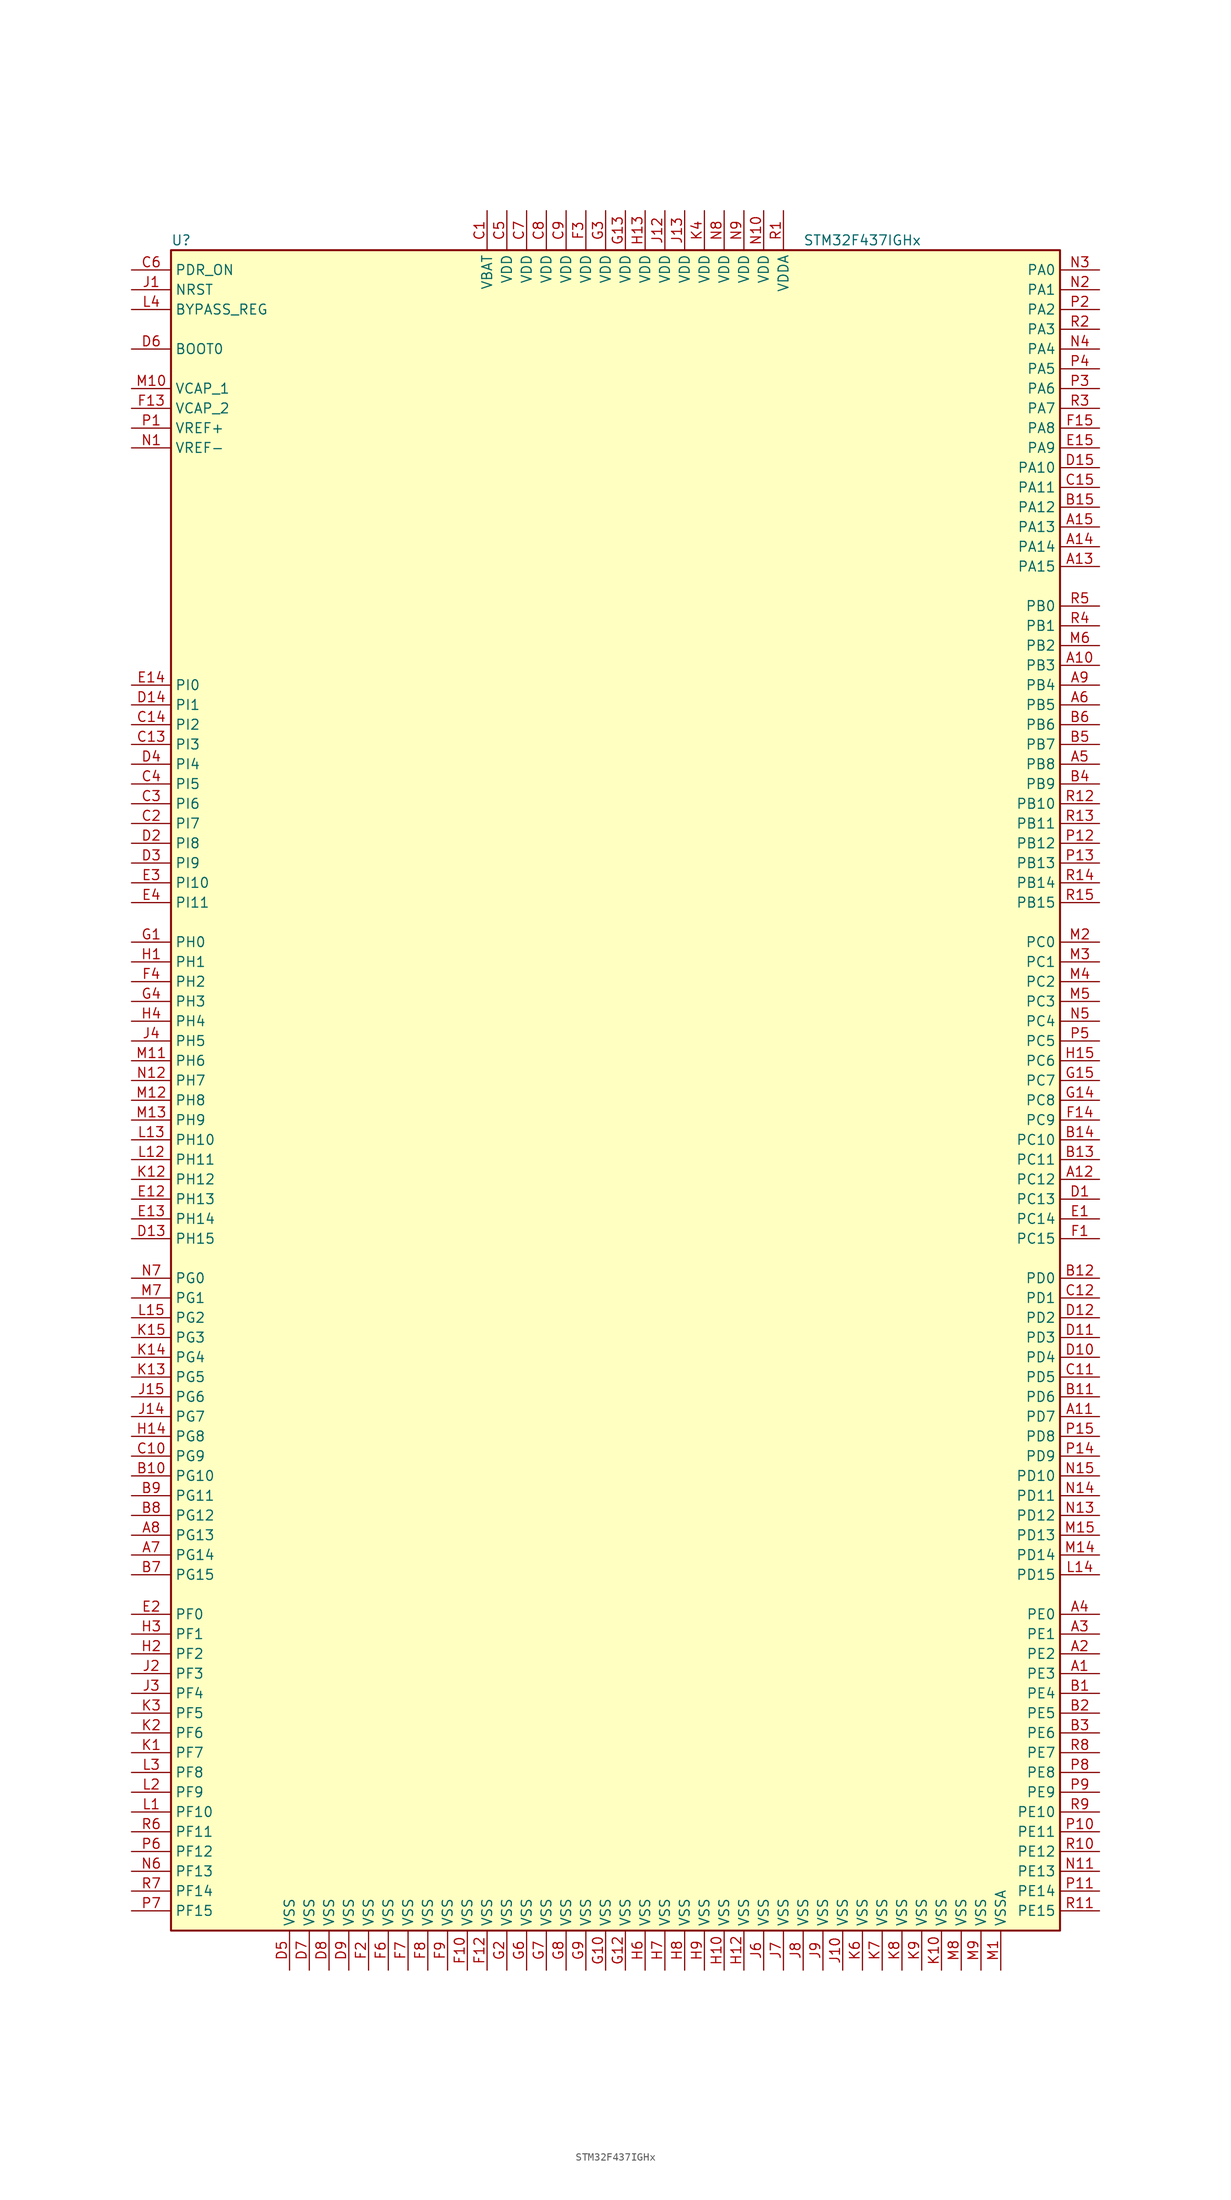
<source format=kicad_sym>
(kicad_symbol_lib
  (version 20201005)
  (generator kicad_symbol_editor)
  (symbol "STM32F437IGHx"
    (property "Reference" "U"
      (at -58.42 107.95 0)
      (effects (font (size 1.27 1.27)) (justify left)))
    (property "Value" "STM32F437IGHx"
      (at 22.86 107.95 0)
      (effects (font (size 1.27 1.27)) (justify left)))
    (symbol "STM32F437IGHx_0_1"
      (rectangle (start -58.42 -109.22) (end 55.88 106.68) (stroke (width 0.254)) (fill (type background))))
    (symbol "STM32F437IGHx_1_1"
      (pin input line (at -63.5 93.98 0) (length 5.08) (name "BOOT0" (effects (font (size 1.27 1.27)))) (number "D6" (effects (font (size 1.27 1.27)))))
      (pin input line (at -63.5 99.06 0) (length 5.08) (name "BYPASS_REG" (effects (font (size 1.27 1.27)))) (number "L4" (effects (font (size 1.27 1.27)))))
      (pin input line (at -63.5 101.6 0) (length 5.08) (name "NRST" (effects (font (size 1.27 1.27)))) (number "J1" (effects (font (size 1.27 1.27)))))
      (pin bidirectional line (at 60.96 104.14 180) (length 5.08) (name "PA0" (effects (font (size 1.27 1.27)))) (number "N3" (effects (font (size 1.27 1.27)))))
      (pin bidirectional line (at 60.96 101.6 180) (length 5.08) (name "PA1" (effects (font (size 1.27 1.27)))) (number "N2" (effects (font (size 1.27 1.27)))))
      (pin bidirectional line (at 60.96 78.74 180) (length 5.08) (name "PA10" (effects (font (size 1.27 1.27)))) (number "D15" (effects (font (size 1.27 1.27)))))
      (pin bidirectional line (at 60.96 76.2 180) (length 5.08) (name "PA11" (effects (font (size 1.27 1.27)))) (number "C15" (effects (font (size 1.27 1.27)))))
      (pin bidirectional line (at 60.96 73.66 180) (length 5.08) (name "PA12" (effects (font (size 1.27 1.27)))) (number "B15" (effects (font (size 1.27 1.27)))))
      (pin bidirectional line (at 60.96 71.12 180) (length 5.08) (name "PA13" (effects (font (size 1.27 1.27)))) (number "A15" (effects (font (size 1.27 1.27)))))
      (pin bidirectional line (at 60.96 68.58 180) (length 5.08) (name "PA14" (effects (font (size 1.27 1.27)))) (number "A14" (effects (font (size 1.27 1.27)))))
      (pin bidirectional line (at 60.96 66.04 180) (length 5.08) (name "PA15" (effects (font (size 1.27 1.27)))) (number "A13" (effects (font (size 1.27 1.27)))))
      (pin bidirectional line (at 60.96 99.06 180) (length 5.08) (name "PA2" (effects (font (size 1.27 1.27)))) (number "P2" (effects (font (size 1.27 1.27)))))
      (pin bidirectional line (at 60.96 96.52 180) (length 5.08) (name "PA3" (effects (font (size 1.27 1.27)))) (number "R2" (effects (font (size 1.27 1.27)))))
      (pin bidirectional line (at 60.96 93.98 180) (length 5.08) (name "PA4" (effects (font (size 1.27 1.27)))) (number "N4" (effects (font (size 1.27 1.27)))))
      (pin bidirectional line (at 60.96 91.44 180) (length 5.08) (name "PA5" (effects (font (size 1.27 1.27)))) (number "P4" (effects (font (size 1.27 1.27)))))
      (pin bidirectional line (at 60.96 88.9 180) (length 5.08) (name "PA6" (effects (font (size 1.27 1.27)))) (number "P3" (effects (font (size 1.27 1.27)))))
      (pin bidirectional line (at 60.96 86.36 180) (length 5.08) (name "PA7" (effects (font (size 1.27 1.27)))) (number "R3" (effects (font (size 1.27 1.27)))))
      (pin bidirectional line (at 60.96 83.82 180) (length 5.08) (name "PA8" (effects (font (size 1.27 1.27)))) (number "F15" (effects (font (size 1.27 1.27)))))
      (pin bidirectional line (at 60.96 81.28 180) (length 5.08) (name "PA9" (effects (font (size 1.27 1.27)))) (number "E15" (effects (font (size 1.27 1.27)))))
      (pin bidirectional line (at 60.96 60.96 180) (length 5.08) (name "PB0" (effects (font (size 1.27 1.27)))) (number "R5" (effects (font (size 1.27 1.27)))))
      (pin bidirectional line (at 60.96 58.42 180) (length 5.08) (name "PB1" (effects (font (size 1.27 1.27)))) (number "R4" (effects (font (size 1.27 1.27)))))
      (pin bidirectional line (at 60.96 35.56 180) (length 5.08) (name "PB10" (effects (font (size 1.27 1.27)))) (number "R12" (effects (font (size 1.27 1.27)))))
      (pin bidirectional line (at 60.96 33.02 180) (length 5.08) (name "PB11" (effects (font (size 1.27 1.27)))) (number "R13" (effects (font (size 1.27 1.27)))))
      (pin bidirectional line (at 60.96 30.48 180) (length 5.08) (name "PB12" (effects (font (size 1.27 1.27)))) (number "P12" (effects (font (size 1.27 1.27)))))
      (pin bidirectional line (at 60.96 27.94 180) (length 5.08) (name "PB13" (effects (font (size 1.27 1.27)))) (number "P13" (effects (font (size 1.27 1.27)))))
      (pin bidirectional line (at 60.96 25.4 180) (length 5.08) (name "PB14" (effects (font (size 1.27 1.27)))) (number "R14" (effects (font (size 1.27 1.27)))))
      (pin bidirectional line (at 60.96 22.86 180) (length 5.08) (name "PB15" (effects (font (size 1.27 1.27)))) (number "R15" (effects (font (size 1.27 1.27)))))
      (pin bidirectional line (at 60.96 55.88 180) (length 5.08) (name "PB2" (effects (font (size 1.27 1.27)))) (number "M6" (effects (font (size 1.27 1.27)))))
      (pin bidirectional line (at 60.96 53.34 180) (length 5.08) (name "PB3" (effects (font (size 1.27 1.27)))) (number "A10" (effects (font (size 1.27 1.27)))))
      (pin bidirectional line (at 60.96 50.8 180) (length 5.08) (name "PB4" (effects (font (size 1.27 1.27)))) (number "A9" (effects (font (size 1.27 1.27)))))
      (pin bidirectional line (at 60.96 48.26 180) (length 5.08) (name "PB5" (effects (font (size 1.27 1.27)))) (number "A6" (effects (font (size 1.27 1.27)))))
      (pin bidirectional line (at 60.96 45.72 180) (length 5.08) (name "PB6" (effects (font (size 1.27 1.27)))) (number "B6" (effects (font (size 1.27 1.27)))))
      (pin bidirectional line (at 60.96 43.18 180) (length 5.08) (name "PB7" (effects (font (size 1.27 1.27)))) (number "B5" (effects (font (size 1.27 1.27)))))
      (pin bidirectional line (at 60.96 40.64 180) (length 5.08) (name "PB8" (effects (font (size 1.27 1.27)))) (number "A5" (effects (font (size 1.27 1.27)))))
      (pin bidirectional line (at 60.96 38.1 180) (length 5.08) (name "PB9" (effects (font (size 1.27 1.27)))) (number "B4" (effects (font (size 1.27 1.27)))))
      (pin bidirectional line (at 60.96 17.78 180) (length 5.08) (name "PC0" (effects (font (size 1.27 1.27)))) (number "M2" (effects (font (size 1.27 1.27)))))
      (pin bidirectional line (at 60.96 15.24 180) (length 5.08) (name "PC1" (effects (font (size 1.27 1.27)))) (number "M3" (effects (font (size 1.27 1.27)))))
      (pin bidirectional line (at 60.96 -7.62 180) (length 5.08) (name "PC10" (effects (font (size 1.27 1.27)))) (number "B14" (effects (font (size 1.27 1.27)))))
      (pin bidirectional line (at 60.96 -10.16 180) (length 5.08) (name "PC11" (effects (font (size 1.27 1.27)))) (number "B13" (effects (font (size 1.27 1.27)))))
      (pin bidirectional line (at 60.96 -12.7 180) (length 5.08) (name "PC12" (effects (font (size 1.27 1.27)))) (number "A12" (effects (font (size 1.27 1.27)))))
      (pin bidirectional line (at 60.96 -15.24 180) (length 5.08) (name "PC13" (effects (font (size 1.27 1.27)))) (number "D1" (effects (font (size 1.27 1.27)))))
      (pin bidirectional line (at 60.96 -17.78 180) (length 5.08) (name "PC14" (effects (font (size 1.27 1.27)))) (number "E1" (effects (font (size 1.27 1.27)))))
      (pin bidirectional line (at 60.96 -20.32 180) (length 5.08) (name "PC15" (effects (font (size 1.27 1.27)))) (number "F1" (effects (font (size 1.27 1.27)))))
      (pin bidirectional line (at 60.96 12.7 180) (length 5.08) (name "PC2" (effects (font (size 1.27 1.27)))) (number "M4" (effects (font (size 1.27 1.27)))))
      (pin bidirectional line (at 60.96 10.16 180) (length 5.08) (name "PC3" (effects (font (size 1.27 1.27)))) (number "M5" (effects (font (size 1.27 1.27)))))
      (pin bidirectional line (at 60.96 7.62 180) (length 5.08) (name "PC4" (effects (font (size 1.27 1.27)))) (number "N5" (effects (font (size 1.27 1.27)))))
      (pin bidirectional line (at 60.96 5.08 180) (length 5.08) (name "PC5" (effects (font (size 1.27 1.27)))) (number "P5" (effects (font (size 1.27 1.27)))))
      (pin bidirectional line (at 60.96 2.54 180) (length 5.08) (name "PC6" (effects (font (size 1.27 1.27)))) (number "H15" (effects (font (size 1.27 1.27)))))
      (pin bidirectional line (at 60.96 0 180) (length 5.08) (name "PC7" (effects (font (size 1.27 1.27)))) (number "G15" (effects (font (size 1.27 1.27)))))
      (pin bidirectional line (at 60.96 -2.54 180) (length 5.08) (name "PC8" (effects (font (size 1.27 1.27)))) (number "G14" (effects (font (size 1.27 1.27)))))
      (pin bidirectional line (at 60.96 -5.08 180) (length 5.08) (name "PC9" (effects (font (size 1.27 1.27)))) (number "F14" (effects (font (size 1.27 1.27)))))
      (pin bidirectional line (at 60.96 -25.4 180) (length 5.08) (name "PD0" (effects (font (size 1.27 1.27)))) (number "B12" (effects (font (size 1.27 1.27)))))
      (pin bidirectional line (at 60.96 -27.94 180) (length 5.08) (name "PD1" (effects (font (size 1.27 1.27)))) (number "C12" (effects (font (size 1.27 1.27)))))
      (pin bidirectional line (at 60.96 -50.8 180) (length 5.08) (name "PD10" (effects (font (size 1.27 1.27)))) (number "N15" (effects (font (size 1.27 1.27)))))
      (pin bidirectional line (at 60.96 -53.34 180) (length 5.08) (name "PD11" (effects (font (size 1.27 1.27)))) (number "N14" (effects (font (size 1.27 1.27)))))
      (pin bidirectional line (at 60.96 -55.88 180) (length 5.08) (name "PD12" (effects (font (size 1.27 1.27)))) (number "N13" (effects (font (size 1.27 1.27)))))
      (pin bidirectional line (at 60.96 -58.42 180) (length 5.08) (name "PD13" (effects (font (size 1.27 1.27)))) (number "M15" (effects (font (size 1.27 1.27)))))
      (pin bidirectional line (at 60.96 -60.96 180) (length 5.08) (name "PD14" (effects (font (size 1.27 1.27)))) (number "M14" (effects (font (size 1.27 1.27)))))
      (pin bidirectional line (at 60.96 -63.5 180) (length 5.08) (name "PD15" (effects (font (size 1.27 1.27)))) (number "L14" (effects (font (size 1.27 1.27)))))
      (pin bidirectional line (at 60.96 -30.48 180) (length 5.08) (name "PD2" (effects (font (size 1.27 1.27)))) (number "D12" (effects (font (size 1.27 1.27)))))
      (pin bidirectional line (at 60.96 -33.02 180) (length 5.08) (name "PD3" (effects (font (size 1.27 1.27)))) (number "D11" (effects (font (size 1.27 1.27)))))
      (pin bidirectional line (at 60.96 -35.56 180) (length 5.08) (name "PD4" (effects (font (size 1.27 1.27)))) (number "D10" (effects (font (size 1.27 1.27)))))
      (pin bidirectional line (at 60.96 -38.1 180) (length 5.08) (name "PD5" (effects (font (size 1.27 1.27)))) (number "C11" (effects (font (size 1.27 1.27)))))
      (pin bidirectional line (at 60.96 -40.64 180) (length 5.08) (name "PD6" (effects (font (size 1.27 1.27)))) (number "B11" (effects (font (size 1.27 1.27)))))
      (pin bidirectional line (at 60.96 -43.18 180) (length 5.08) (name "PD7" (effects (font (size 1.27 1.27)))) (number "A11" (effects (font (size 1.27 1.27)))))
      (pin bidirectional line (at 60.96 -45.72 180) (length 5.08) (name "PD8" (effects (font (size 1.27 1.27)))) (number "P15" (effects (font (size 1.27 1.27)))))
      (pin bidirectional line (at 60.96 -48.26 180) (length 5.08) (name "PD9" (effects (font (size 1.27 1.27)))) (number "P14" (effects (font (size 1.27 1.27)))))
      (pin input line (at -63.5 104.14 0) (length 5.08) (name "PDR_ON" (effects (font (size 1.27 1.27)))) (number "C6" (effects (font (size 1.27 1.27)))))
      (pin bidirectional line (at 60.96 -68.58 180) (length 5.08) (name "PE0" (effects (font (size 1.27 1.27)))) (number "A4" (effects (font (size 1.27 1.27)))))
      (pin bidirectional line (at 60.96 -71.12 180) (length 5.08) (name "PE1" (effects (font (size 1.27 1.27)))) (number "A3" (effects (font (size 1.27 1.27)))))
      (pin bidirectional line (at 60.96 -93.98 180) (length 5.08) (name "PE10" (effects (font (size 1.27 1.27)))) (number "R9" (effects (font (size 1.27 1.27)))))
      (pin bidirectional line (at 60.96 -96.52 180) (length 5.08) (name "PE11" (effects (font (size 1.27 1.27)))) (number "P10" (effects (font (size 1.27 1.27)))))
      (pin bidirectional line (at 60.96 -99.06 180) (length 5.08) (name "PE12" (effects (font (size 1.27 1.27)))) (number "R10" (effects (font (size 1.27 1.27)))))
      (pin bidirectional line (at 60.96 -101.6 180) (length 5.08) (name "PE13" (effects (font (size 1.27 1.27)))) (number "N11" (effects (font (size 1.27 1.27)))))
      (pin bidirectional line (at 60.96 -104.14 180) (length 5.08) (name "PE14" (effects (font (size 1.27 1.27)))) (number "P11" (effects (font (size 1.27 1.27)))))
      (pin bidirectional line (at 60.96 -106.68 180) (length 5.08) (name "PE15" (effects (font (size 1.27 1.27)))) (number "R11" (effects (font (size 1.27 1.27)))))
      (pin bidirectional line (at 60.96 -73.66 180) (length 5.08) (name "PE2" (effects (font (size 1.27 1.27)))) (number "A2" (effects (font (size 1.27 1.27)))))
      (pin bidirectional line (at 60.96 -76.2 180) (length 5.08) (name "PE3" (effects (font (size 1.27 1.27)))) (number "A1" (effects (font (size 1.27 1.27)))))
      (pin bidirectional line (at 60.96 -78.74 180) (length 5.08) (name "PE4" (effects (font (size 1.27 1.27)))) (number "B1" (effects (font (size 1.27 1.27)))))
      (pin bidirectional line (at 60.96 -81.28 180) (length 5.08) (name "PE5" (effects (font (size 1.27 1.27)))) (number "B2" (effects (font (size 1.27 1.27)))))
      (pin bidirectional line (at 60.96 -83.82 180) (length 5.08) (name "PE6" (effects (font (size 1.27 1.27)))) (number "B3" (effects (font (size 1.27 1.27)))))
      (pin bidirectional line (at 60.96 -86.36 180) (length 5.08) (name "PE7" (effects (font (size 1.27 1.27)))) (number "R8" (effects (font (size 1.27 1.27)))))
      (pin bidirectional line (at 60.96 -88.9 180) (length 5.08) (name "PE8" (effects (font (size 1.27 1.27)))) (number "P8" (effects (font (size 1.27 1.27)))))
      (pin bidirectional line (at 60.96 -91.44 180) (length 5.08) (name "PE9" (effects (font (size 1.27 1.27)))) (number "P9" (effects (font (size 1.27 1.27)))))
      (pin bidirectional line (at -63.5 -68.58 0) (length 5.08) (name "PF0" (effects (font (size 1.27 1.27)))) (number "E2" (effects (font (size 1.27 1.27)))))
      (pin bidirectional line (at -63.5 -71.12 0) (length 5.08) (name "PF1" (effects (font (size 1.27 1.27)))) (number "H3" (effects (font (size 1.27 1.27)))))
      (pin bidirectional line (at -63.5 -93.98 0) (length 5.08) (name "PF10" (effects (font (size 1.27 1.27)))) (number "L1" (effects (font (size 1.27 1.27)))))
      (pin bidirectional line (at -63.5 -96.52 0) (length 5.08) (name "PF11" (effects (font (size 1.27 1.27)))) (number "R6" (effects (font (size 1.27 1.27)))))
      (pin bidirectional line (at -63.5 -99.06 0) (length 5.08) (name "PF12" (effects (font (size 1.27 1.27)))) (number "P6" (effects (font (size 1.27 1.27)))))
      (pin bidirectional line (at -63.5 -101.6 0) (length 5.08) (name "PF13" (effects (font (size 1.27 1.27)))) (number "N6" (effects (font (size 1.27 1.27)))))
      (pin bidirectional line (at -63.5 -104.14 0) (length 5.08) (name "PF14" (effects (font (size 1.27 1.27)))) (number "R7" (effects (font (size 1.27 1.27)))))
      (pin bidirectional line (at -63.5 -106.68 0) (length 5.08) (name "PF15" (effects (font (size 1.27 1.27)))) (number "P7" (effects (font (size 1.27 1.27)))))
      (pin bidirectional line (at -63.5 -73.66 0) (length 5.08) (name "PF2" (effects (font (size 1.27 1.27)))) (number "H2" (effects (font (size 1.27 1.27)))))
      (pin bidirectional line (at -63.5 -76.2 0) (length 5.08) (name "PF3" (effects (font (size 1.27 1.27)))) (number "J2" (effects (font (size 1.27 1.27)))))
      (pin bidirectional line (at -63.5 -78.74 0) (length 5.08) (name "PF4" (effects (font (size 1.27 1.27)))) (number "J3" (effects (font (size 1.27 1.27)))))
      (pin bidirectional line (at -63.5 -81.28 0) (length 5.08) (name "PF5" (effects (font (size 1.27 1.27)))) (number "K3" (effects (font (size 1.27 1.27)))))
      (pin bidirectional line (at -63.5 -83.82 0) (length 5.08) (name "PF6" (effects (font (size 1.27 1.27)))) (number "K2" (effects (font (size 1.27 1.27)))))
      (pin bidirectional line (at -63.5 -86.36 0) (length 5.08) (name "PF7" (effects (font (size 1.27 1.27)))) (number "K1" (effects (font (size 1.27 1.27)))))
      (pin bidirectional line (at -63.5 -88.9 0) (length 5.08) (name "PF8" (effects (font (size 1.27 1.27)))) (number "L3" (effects (font (size 1.27 1.27)))))
      (pin bidirectional line (at -63.5 -91.44 0) (length 5.08) (name "PF9" (effects (font (size 1.27 1.27)))) (number "L2" (effects (font (size 1.27 1.27)))))
      (pin bidirectional line (at -63.5 -25.4 0) (length 5.08) (name "PG0" (effects (font (size 1.27 1.27)))) (number "N7" (effects (font (size 1.27 1.27)))))
      (pin bidirectional line (at -63.5 -27.94 0) (length 5.08) (name "PG1" (effects (font (size 1.27 1.27)))) (number "M7" (effects (font (size 1.27 1.27)))))
      (pin bidirectional line (at -63.5 -50.8 0) (length 5.08) (name "PG10" (effects (font (size 1.27 1.27)))) (number "B10" (effects (font (size 1.27 1.27)))))
      (pin bidirectional line (at -63.5 -53.34 0) (length 5.08) (name "PG11" (effects (font (size 1.27 1.27)))) (number "B9" (effects (font (size 1.27 1.27)))))
      (pin bidirectional line (at -63.5 -55.88 0) (length 5.08) (name "PG12" (effects (font (size 1.27 1.27)))) (number "B8" (effects (font (size 1.27 1.27)))))
      (pin bidirectional line (at -63.5 -58.42 0) (length 5.08) (name "PG13" (effects (font (size 1.27 1.27)))) (number "A8" (effects (font (size 1.27 1.27)))))
      (pin bidirectional line (at -63.5 -60.96 0) (length 5.08) (name "PG14" (effects (font (size 1.27 1.27)))) (number "A7" (effects (font (size 1.27 1.27)))))
      (pin bidirectional line (at -63.5 -63.5 0) (length 5.08) (name "PG15" (effects (font (size 1.27 1.27)))) (number "B7" (effects (font (size 1.27 1.27)))))
      (pin bidirectional line (at -63.5 -30.48 0) (length 5.08) (name "PG2" (effects (font (size 1.27 1.27)))) (number "L15" (effects (font (size 1.27 1.27)))))
      (pin bidirectional line (at -63.5 -33.02 0) (length 5.08) (name "PG3" (effects (font (size 1.27 1.27)))) (number "K15" (effects (font (size 1.27 1.27)))))
      (pin bidirectional line (at -63.5 -35.56 0) (length 5.08) (name "PG4" (effects (font (size 1.27 1.27)))) (number "K14" (effects (font (size 1.27 1.27)))))
      (pin bidirectional line (at -63.5 -38.1 0) (length 5.08) (name "PG5" (effects (font (size 1.27 1.27)))) (number "K13" (effects (font (size 1.27 1.27)))))
      (pin bidirectional line (at -63.5 -40.64 0) (length 5.08) (name "PG6" (effects (font (size 1.27 1.27)))) (number "J15" (effects (font (size 1.27 1.27)))))
      (pin bidirectional line (at -63.5 -43.18 0) (length 5.08) (name "PG7" (effects (font (size 1.27 1.27)))) (number "J14" (effects (font (size 1.27 1.27)))))
      (pin bidirectional line (at -63.5 -45.72 0) (length 5.08) (name "PG8" (effects (font (size 1.27 1.27)))) (number "H14" (effects (font (size 1.27 1.27)))))
      (pin bidirectional line (at -63.5 -48.26 0) (length 5.08) (name "PG9" (effects (font (size 1.27 1.27)))) (number "C10" (effects (font (size 1.27 1.27)))))
      (pin input line (at -63.5 17.78 0) (length 5.08) (name "PH0" (effects (font (size 1.27 1.27)))) (number "G1" (effects (font (size 1.27 1.27)))))
      (pin input line (at -63.5 15.24 0) (length 5.08) (name "PH1" (effects (font (size 1.27 1.27)))) (number "H1" (effects (font (size 1.27 1.27)))))
      (pin bidirectional line (at -63.5 -7.62 0) (length 5.08) (name "PH10" (effects (font (size 1.27 1.27)))) (number "L13" (effects (font (size 1.27 1.27)))))
      (pin bidirectional line (at -63.5 -10.16 0) (length 5.08) (name "PH11" (effects (font (size 1.27 1.27)))) (number "L12" (effects (font (size 1.27 1.27)))))
      (pin bidirectional line (at -63.5 -12.7 0) (length 5.08) (name "PH12" (effects (font (size 1.27 1.27)))) (number "K12" (effects (font (size 1.27 1.27)))))
      (pin bidirectional line (at -63.5 -15.24 0) (length 5.08) (name "PH13" (effects (font (size 1.27 1.27)))) (number "E12" (effects (font (size 1.27 1.27)))))
      (pin bidirectional line (at -63.5 -17.78 0) (length 5.08) (name "PH14" (effects (font (size 1.27 1.27)))) (number "E13" (effects (font (size 1.27 1.27)))))
      (pin bidirectional line (at -63.5 -20.32 0) (length 5.08) (name "PH15" (effects (font (size 1.27 1.27)))) (number "D13" (effects (font (size 1.27 1.27)))))
      (pin bidirectional line (at -63.5 12.7 0) (length 5.08) (name "PH2" (effects (font (size 1.27 1.27)))) (number "F4" (effects (font (size 1.27 1.27)))))
      (pin bidirectional line (at -63.5 10.16 0) (length 5.08) (name "PH3" (effects (font (size 1.27 1.27)))) (number "G4" (effects (font (size 1.27 1.27)))))
      (pin bidirectional line (at -63.5 7.62 0) (length 5.08) (name "PH4" (effects (font (size 1.27 1.27)))) (number "H4" (effects (font (size 1.27 1.27)))))
      (pin bidirectional line (at -63.5 5.08 0) (length 5.08) (name "PH5" (effects (font (size 1.27 1.27)))) (number "J4" (effects (font (size 1.27 1.27)))))
      (pin bidirectional line (at -63.5 2.54 0) (length 5.08) (name "PH6" (effects (font (size 1.27 1.27)))) (number "M11" (effects (font (size 1.27 1.27)))))
      (pin bidirectional line (at -63.5 0 0) (length 5.08) (name "PH7" (effects (font (size 1.27 1.27)))) (number "N12" (effects (font (size 1.27 1.27)))))
      (pin bidirectional line (at -63.5 -2.54 0) (length 5.08) (name "PH8" (effects (font (size 1.27 1.27)))) (number "M12" (effects (font (size 1.27 1.27)))))
      (pin bidirectional line (at -63.5 -5.08 0) (length 5.08) (name "PH9" (effects (font (size 1.27 1.27)))) (number "M13" (effects (font (size 1.27 1.27)))))
      (pin bidirectional line (at -63.5 50.8 0) (length 5.08) (name "PI0" (effects (font (size 1.27 1.27)))) (number "E14" (effects (font (size 1.27 1.27)))))
      (pin bidirectional line (at -63.5 48.26 0) (length 5.08) (name "PI1" (effects (font (size 1.27 1.27)))) (number "D14" (effects (font (size 1.27 1.27)))))
      (pin bidirectional line (at -63.5 25.4 0) (length 5.08) (name "PI10" (effects (font (size 1.27 1.27)))) (number "E3" (effects (font (size 1.27 1.27)))))
      (pin bidirectional line (at -63.5 22.86 0) (length 5.08) (name "PI11" (effects (font (size 1.27 1.27)))) (number "E4" (effects (font (size 1.27 1.27)))))
      (pin bidirectional line (at -63.5 45.72 0) (length 5.08) (name "PI2" (effects (font (size 1.27 1.27)))) (number "C14" (effects (font (size 1.27 1.27)))))
      (pin bidirectional line (at -63.5 43.18 0) (length 5.08) (name "PI3" (effects (font (size 1.27 1.27)))) (number "C13" (effects (font (size 1.27 1.27)))))
      (pin bidirectional line (at -63.5 40.64 0) (length 5.08) (name "PI4" (effects (font (size 1.27 1.27)))) (number "D4" (effects (font (size 1.27 1.27)))))
      (pin bidirectional line (at -63.5 38.1 0) (length 5.08) (name "PI5" (effects (font (size 1.27 1.27)))) (number "C4" (effects (font (size 1.27 1.27)))))
      (pin bidirectional line (at -63.5 35.56 0) (length 5.08) (name "PI6" (effects (font (size 1.27 1.27)))) (number "C3" (effects (font (size 1.27 1.27)))))
      (pin bidirectional line (at -63.5 33.02 0) (length 5.08) (name "PI7" (effects (font (size 1.27 1.27)))) (number "C2" (effects (font (size 1.27 1.27)))))
      (pin bidirectional line (at -63.5 30.48 0) (length 5.08) (name "PI8" (effects (font (size 1.27 1.27)))) (number "D2" (effects (font (size 1.27 1.27)))))
      (pin bidirectional line (at -63.5 27.94 0) (length 5.08) (name "PI9" (effects (font (size 1.27 1.27)))) (number "D3" (effects (font (size 1.27 1.27)))))
      (pin power_in line (at -17.78 111.76 270) (length 5.08) (name "VBAT" (effects (font (size 1.27 1.27)))) (number "C1" (effects (font (size 1.27 1.27)))))
      (pin power_in line (at -63.5 88.9 0) (length 5.08) (name "VCAP_1" (effects (font (size 1.27 1.27)))) (number "M10" (effects (font (size 1.27 1.27)))))
      (pin power_in line (at -63.5 86.36 0) (length 5.08) (name "VCAP_2" (effects (font (size 1.27 1.27)))) (number "F13" (effects (font (size 1.27 1.27)))))
      (pin power_in line (at -15.24 111.76 270) (length 5.08) (name "VDD" (effects (font (size 1.27 1.27)))) (number "C5" (effects (font (size 1.27 1.27)))))
      (pin power_in line (at -12.7 111.76 270) (length 5.08) (name "VDD" (effects (font (size 1.27 1.27)))) (number "C7" (effects (font (size 1.27 1.27)))))
      (pin power_in line (at -10.16 111.76 270) (length 5.08) (name "VDD" (effects (font (size 1.27 1.27)))) (number "C8" (effects (font (size 1.27 1.27)))))
      (pin power_in line (at -7.62 111.76 270) (length 5.08) (name "VDD" (effects (font (size 1.27 1.27)))) (number "C9" (effects (font (size 1.27 1.27)))))
      (pin power_in line (at -5.08 111.76 270) (length 5.08) (name "VDD" (effects (font (size 1.27 1.27)))) (number "F3" (effects (font (size 1.27 1.27)))))
      (pin power_in line (at 0 111.76 270) (length 5.08) (name "VDD" (effects (font (size 1.27 1.27)))) (number "G13" (effects (font (size 1.27 1.27)))))
      (pin power_in line (at -2.54 111.76 270) (length 5.08) (name "VDD" (effects (font (size 1.27 1.27)))) (number "G3" (effects (font (size 1.27 1.27)))))
      (pin power_in line (at 2.54 111.76 270) (length 5.08) (name "VDD" (effects (font (size 1.27 1.27)))) (number "H13" (effects (font (size 1.27 1.27)))))
      (pin power_in line (at 5.08 111.76 270) (length 5.08) (name "VDD" (effects (font (size 1.27 1.27)))) (number "J12" (effects (font (size 1.27 1.27)))))
      (pin power_in line (at 7.62 111.76 270) (length 5.08) (name "VDD" (effects (font (size 1.27 1.27)))) (number "J13" (effects (font (size 1.27 1.27)))))
      (pin power_in line (at 10.16 111.76 270) (length 5.08) (name "VDD" (effects (font (size 1.27 1.27)))) (number "K4" (effects (font (size 1.27 1.27)))))
      (pin power_in line (at 17.78 111.76 270) (length 5.08) (name "VDD" (effects (font (size 1.27 1.27)))) (number "N10" (effects (font (size 1.27 1.27)))))
      (pin power_in line (at 12.7 111.76 270) (length 5.08) (name "VDD" (effects (font (size 1.27 1.27)))) (number "N8" (effects (font (size 1.27 1.27)))))
      (pin power_in line (at 15.24 111.76 270) (length 5.08) (name "VDD" (effects (font (size 1.27 1.27)))) (number "N9" (effects (font (size 1.27 1.27)))))
      (pin power_in line (at 20.32 111.76 270) (length 5.08) (name "VDDA" (effects (font (size 1.27 1.27)))) (number "R1" (effects (font (size 1.27 1.27)))))
      (pin power_in line (at -63.5 83.82 0) (length 5.08) (name "VREF+" (effects (font (size 1.27 1.27)))) (number "P1" (effects (font (size 1.27 1.27)))))
      (pin power_in line (at -63.5 81.28 0) (length 5.08) (name "VREF-" (effects (font (size 1.27 1.27)))) (number "N1" (effects (font (size 1.27 1.27)))))
      (pin power_in line (at -43.18 -114.3 90) (length 5.08) (name "VSS" (effects (font (size 1.27 1.27)))) (number "D5" (effects (font (size 1.27 1.27)))))
      (pin power_in line (at -40.64 -114.3 90) (length 5.08) (name "VSS" (effects (font (size 1.27 1.27)))) (number "D7" (effects (font (size 1.27 1.27)))))
      (pin power_in line (at -38.1 -114.3 90) (length 5.08) (name "VSS" (effects (font (size 1.27 1.27)))) (number "D8" (effects (font (size 1.27 1.27)))))
      (pin power_in line (at -35.56 -114.3 90) (length 5.08) (name "VSS" (effects (font (size 1.27 1.27)))) (number "D9" (effects (font (size 1.27 1.27)))))
      (pin power_in line (at -20.32 -114.3 90) (length 5.08) (name "VSS" (effects (font (size 1.27 1.27)))) (number "F10" (effects (font (size 1.27 1.27)))))
      (pin power_in line (at -17.78 -114.3 90) (length 5.08) (name "VSS" (effects (font (size 1.27 1.27)))) (number "F12" (effects (font (size 1.27 1.27)))))
      (pin power_in line (at -33.02 -114.3 90) (length 5.08) (name "VSS" (effects (font (size 1.27 1.27)))) (number "F2" (effects (font (size 1.27 1.27)))))
      (pin power_in line (at -30.48 -114.3 90) (length 5.08) (name "VSS" (effects (font (size 1.27 1.27)))) (number "F6" (effects (font (size 1.27 1.27)))))
      (pin power_in line (at -27.94 -114.3 90) (length 5.08) (name "VSS" (effects (font (size 1.27 1.27)))) (number "F7" (effects (font (size 1.27 1.27)))))
      (pin power_in line (at -25.4 -114.3 90) (length 5.08) (name "VSS" (effects (font (size 1.27 1.27)))) (number "F8" (effects (font (size 1.27 1.27)))))
      (pin power_in line (at -22.86 -114.3 90) (length 5.08) (name "VSS" (effects (font (size 1.27 1.27)))) (number "F9" (effects (font (size 1.27 1.27)))))
      (pin power_in line (at -2.54 -114.3 90) (length 5.08) (name "VSS" (effects (font (size 1.27 1.27)))) (number "G10" (effects (font (size 1.27 1.27)))))
      (pin power_in line (at 0 -114.3 90) (length 5.08) (name "VSS" (effects (font (size 1.27 1.27)))) (number "G12" (effects (font (size 1.27 1.27)))))
      (pin power_in line (at -15.24 -114.3 90) (length 5.08) (name "VSS" (effects (font (size 1.27 1.27)))) (number "G2" (effects (font (size 1.27 1.27)))))
      (pin power_in line (at -12.7 -114.3 90) (length 5.08) (name "VSS" (effects (font (size 1.27 1.27)))) (number "G6" (effects (font (size 1.27 1.27)))))
      (pin power_in line (at -10.16 -114.3 90) (length 5.08) (name "VSS" (effects (font (size 1.27 1.27)))) (number "G7" (effects (font (size 1.27 1.27)))))
      (pin power_in line (at -7.62 -114.3 90) (length 5.08) (name "VSS" (effects (font (size 1.27 1.27)))) (number "G8" (effects (font (size 1.27 1.27)))))
      (pin power_in line (at -5.08 -114.3 90) (length 5.08) (name "VSS" (effects (font (size 1.27 1.27)))) (number "G9" (effects (font (size 1.27 1.27)))))
      (pin power_in line (at 12.7 -114.3 90) (length 5.08) (name "VSS" (effects (font (size 1.27 1.27)))) (number "H10" (effects (font (size 1.27 1.27)))))
      (pin power_in line (at 15.24 -114.3 90) (length 5.08) (name "VSS" (effects (font (size 1.27 1.27)))) (number "H12" (effects (font (size 1.27 1.27)))))
      (pin power_in line (at 2.54 -114.3 90) (length 5.08) (name "VSS" (effects (font (size 1.27 1.27)))) (number "H6" (effects (font (size 1.27 1.27)))))
      (pin power_in line (at 5.08 -114.3 90) (length 5.08) (name "VSS" (effects (font (size 1.27 1.27)))) (number "H7" (effects (font (size 1.27 1.27)))))
      (pin power_in line (at 7.62 -114.3 90) (length 5.08) (name "VSS" (effects (font (size 1.27 1.27)))) (number "H8" (effects (font (size 1.27 1.27)))))
      (pin power_in line (at 10.16 -114.3 90) (length 5.08) (name "VSS" (effects (font (size 1.27 1.27)))) (number "H9" (effects (font (size 1.27 1.27)))))
      (pin power_in line (at 27.94 -114.3 90) (length 5.08) (name "VSS" (effects (font (size 1.27 1.27)))) (number "J10" (effects (font (size 1.27 1.27)))))
      (pin power_in line (at 17.78 -114.3 90) (length 5.08) (name "VSS" (effects (font (size 1.27 1.27)))) (number "J6" (effects (font (size 1.27 1.27)))))
      (pin power_in line (at 20.32 -114.3 90) (length 5.08) (name "VSS" (effects (font (size 1.27 1.27)))) (number "J7" (effects (font (size 1.27 1.27)))))
      (pin power_in line (at 22.86 -114.3 90) (length 5.08) (name "VSS" (effects (font (size 1.27 1.27)))) (number "J8" (effects (font (size 1.27 1.27)))))
      (pin power_in line (at 25.4 -114.3 90) (length 5.08) (name "VSS" (effects (font (size 1.27 1.27)))) (number "J9" (effects (font (size 1.27 1.27)))))
      (pin power_in line (at 40.64 -114.3 90) (length 5.08) (name "VSS" (effects (font (size 1.27 1.27)))) (number "K10" (effects (font (size 1.27 1.27)))))
      (pin power_in line (at 30.48 -114.3 90) (length 5.08) (name "VSS" (effects (font (size 1.27 1.27)))) (number "K6" (effects (font (size 1.27 1.27)))))
      (pin power_in line (at 33.02 -114.3 90) (length 5.08) (name "VSS" (effects (font (size 1.27 1.27)))) (number "K7" (effects (font (size 1.27 1.27)))))
      (pin power_in line (at 35.56 -114.3 90) (length 5.08) (name "VSS" (effects (font (size 1.27 1.27)))) (number "K8" (effects (font (size 1.27 1.27)))))
      (pin power_in line (at 38.1 -114.3 90) (length 5.08) (name "VSS" (effects (font (size 1.27 1.27)))) (number "K9" (effects (font (size 1.27 1.27)))))
      (pin power_in line (at 43.18 -114.3 90) (length 5.08) (name "VSS" (effects (font (size 1.27 1.27)))) (number "M8" (effects (font (size 1.27 1.27)))))
      (pin power_in line (at 45.72 -114.3 90) (length 5.08) (name "VSS" (effects (font (size 1.27 1.27)))) (number "M9" (effects (font (size 1.27 1.27)))))
      (pin power_in line (at 48.26 -114.3 90) (length 5.08) (name "VSSA" (effects (font (size 1.27 1.27)))) (number "M1" (effects (font (size 1.27 1.27))))))))
</source>
